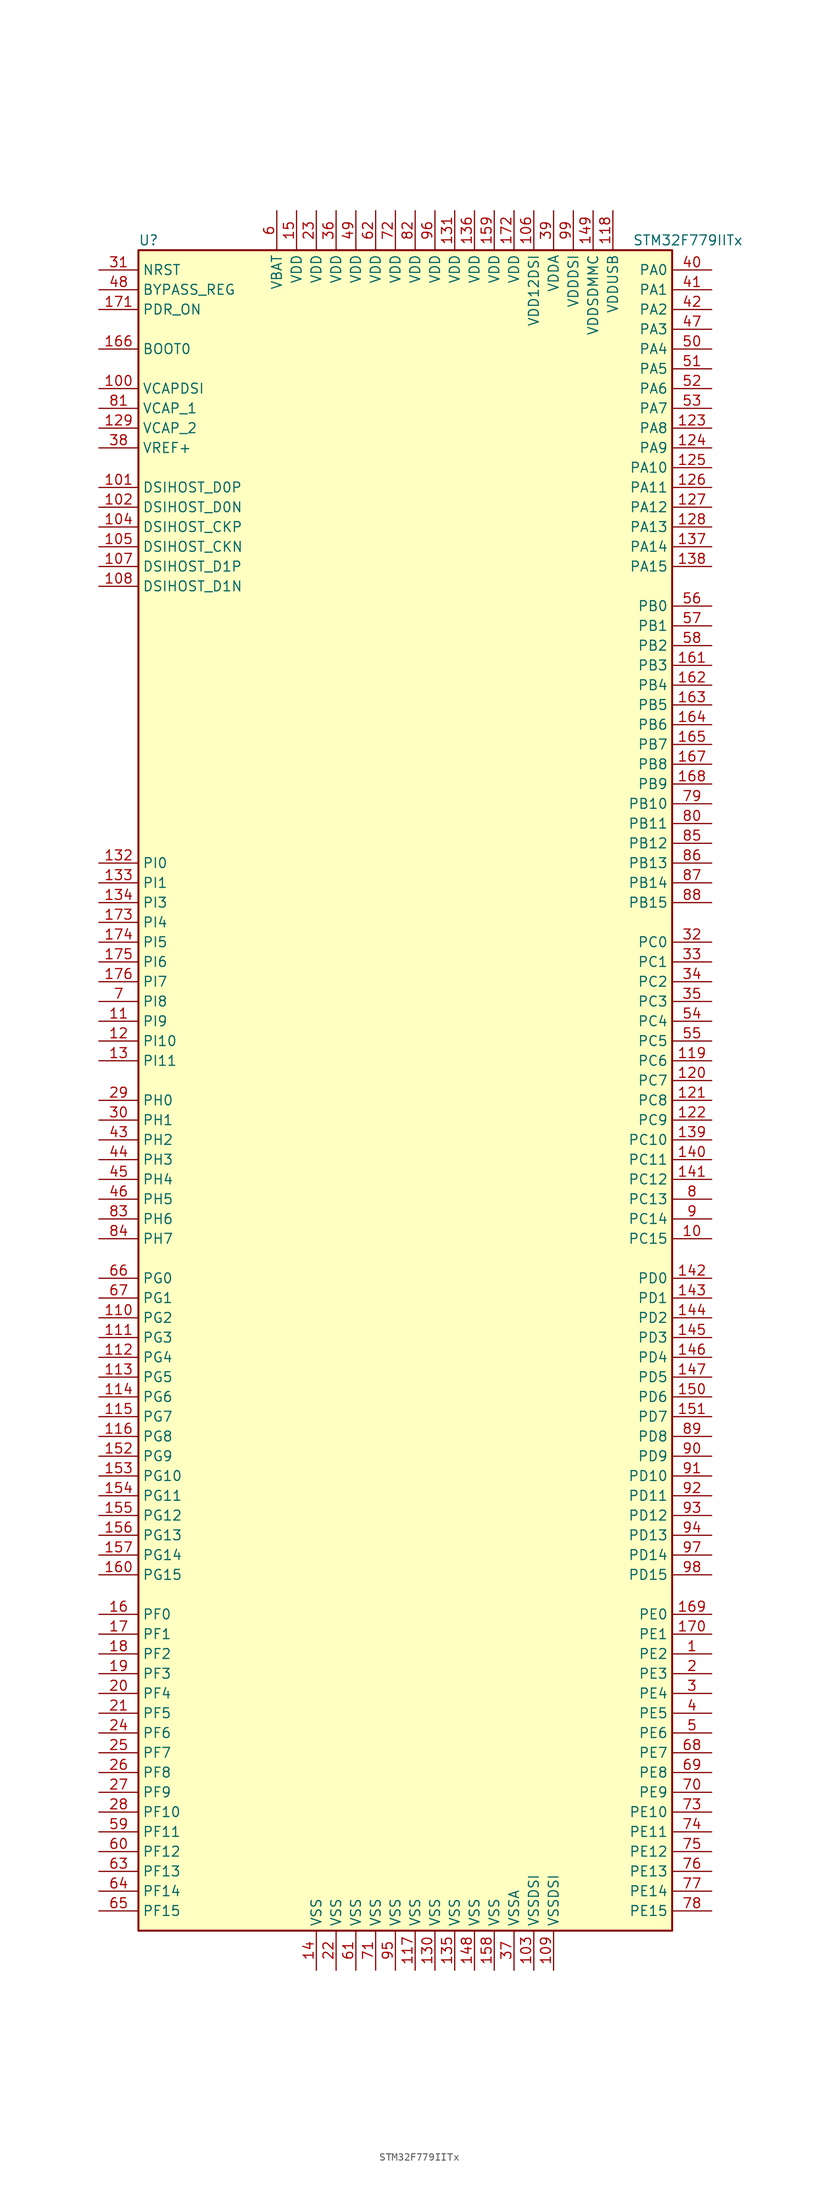
<source format=kicad_sym>
(kicad_symbol_lib
  (version 20211014)
  (generator kicad_symbol_editor)
  (symbol "STM32F779IITx"
    (property "Reference" "U"
      (at -35.56 107.95 0)
      (effects (font (size 1.27 1.27)) (justify left)))
    (property "Value" "STM32F779IITx"
      (at 27.94 107.95 0)
      (effects (font (size 1.27 1.27)) (justify left)))
    (symbol "STM32F779IITx_0_1"
      (rectangle (start -35.56 -109.22) (end 33.02 106.68) (stroke (width 0.254) (type default) (color 0 0 0 0)) (fill (type background))))
    (symbol "STM32F779IITx_1_1"
      (pin bidirectional line (at 38.1 -73.66 180) (length 5.08) (name "PE2" (effects (font (size 1.27 1.27)))) (number "1" (effects (font (size 1.27 1.27)))))
      (pin bidirectional line (at 38.1 -20.32 180) (length 5.08) (name "PC15" (effects (font (size 1.27 1.27)))) (number "10" (effects (font (size 1.27 1.27)))))
      (pin power_in line (at -40.64 88.9 0) (length 5.08) (name "VCAPDSI" (effects (font (size 1.27 1.27)))) (number "100" (effects (font (size 1.27 1.27)))))
      (pin bidirectional line (at -40.64 76.2 0) (length 5.08) (name "DSIHOST_D0P" (effects (font (size 1.27 1.27)))) (number "101" (effects (font (size 1.27 1.27)))))
      (pin bidirectional line (at -40.64 73.66 0) (length 5.08) (name "DSIHOST_D0N" (effects (font (size 1.27 1.27)))) (number "102" (effects (font (size 1.27 1.27)))))
      (pin power_in line (at 15.24 -114.3 90) (length 5.08) (name "VSSDSI" (effects (font (size 1.27 1.27)))) (number "103" (effects (font (size 1.27 1.27)))))
      (pin bidirectional line (at -40.64 71.12 0) (length 5.08) (name "DSIHOST_CKP" (effects (font (size 1.27 1.27)))) (number "104" (effects (font (size 1.27 1.27)))))
      (pin bidirectional line (at -40.64 68.58 0) (length 5.08) (name "DSIHOST_CKN" (effects (font (size 1.27 1.27)))) (number "105" (effects (font (size 1.27 1.27)))))
      (pin power_in line (at 15.24 111.76 270) (length 5.08) (name "VDD12DSI" (effects (font (size 1.27 1.27)))) (number "106" (effects (font (size 1.27 1.27)))))
      (pin bidirectional line (at -40.64 66.04 0) (length 5.08) (name "DSIHOST_D1P" (effects (font (size 1.27 1.27)))) (number "107" (effects (font (size 1.27 1.27)))))
      (pin bidirectional line (at -40.64 63.5 0) (length 5.08) (name "DSIHOST_D1N" (effects (font (size 1.27 1.27)))) (number "108" (effects (font (size 1.27 1.27)))))
      (pin power_in line (at 17.78 -114.3 90) (length 5.08) (name "VSSDSI" (effects (font (size 1.27 1.27)))) (number "109" (effects (font (size 1.27 1.27)))))
      (pin bidirectional line (at -40.64 7.62 0) (length 5.08) (name "PI9" (effects (font (size 1.27 1.27)))) (number "11" (effects (font (size 1.27 1.27)))))
      (pin bidirectional line (at -40.64 -30.48 0) (length 5.08) (name "PG2" (effects (font (size 1.27 1.27)))) (number "110" (effects (font (size 1.27 1.27)))))
      (pin bidirectional line (at -40.64 -33.02 0) (length 5.08) (name "PG3" (effects (font (size 1.27 1.27)))) (number "111" (effects (font (size 1.27 1.27)))))
      (pin bidirectional line (at -40.64 -35.56 0) (length 5.08) (name "PG4" (effects (font (size 1.27 1.27)))) (number "112" (effects (font (size 1.27 1.27)))))
      (pin bidirectional line (at -40.64 -38.1 0) (length 5.08) (name "PG5" (effects (font (size 1.27 1.27)))) (number "113" (effects (font (size 1.27 1.27)))))
      (pin bidirectional line (at -40.64 -40.64 0) (length 5.08) (name "PG6" (effects (font (size 1.27 1.27)))) (number "114" (effects (font (size 1.27 1.27)))))
      (pin bidirectional line (at -40.64 -43.18 0) (length 5.08) (name "PG7" (effects (font (size 1.27 1.27)))) (number "115" (effects (font (size 1.27 1.27)))))
      (pin bidirectional line (at -40.64 -45.72 0) (length 5.08) (name "PG8" (effects (font (size 1.27 1.27)))) (number "116" (effects (font (size 1.27 1.27)))))
      (pin power_in line (at 0 -114.3 90) (length 5.08) (name "VSS" (effects (font (size 1.27 1.27)))) (number "117" (effects (font (size 1.27 1.27)))))
      (pin power_in line (at 25.4 111.76 270) (length 5.08) (name "VDDUSB" (effects (font (size 1.27 1.27)))) (number "118" (effects (font (size 1.27 1.27)))))
      (pin bidirectional line (at 38.1 2.54 180) (length 5.08) (name "PC6" (effects (font (size 1.27 1.27)))) (number "119" (effects (font (size 1.27 1.27)))))
      (pin bidirectional line (at -40.64 5.08 0) (length 5.08) (name "PI10" (effects (font (size 1.27 1.27)))) (number "12" (effects (font (size 1.27 1.27)))))
      (pin bidirectional line (at 38.1 0 180) (length 5.08) (name "PC7" (effects (font (size 1.27 1.27)))) (number "120" (effects (font (size 1.27 1.27)))))
      (pin bidirectional line (at 38.1 -2.54 180) (length 5.08) (name "PC8" (effects (font (size 1.27 1.27)))) (number "121" (effects (font (size 1.27 1.27)))))
      (pin bidirectional line (at 38.1 -5.08 180) (length 5.08) (name "PC9" (effects (font (size 1.27 1.27)))) (number "122" (effects (font (size 1.27 1.27)))))
      (pin bidirectional line (at 38.1 83.82 180) (length 5.08) (name "PA8" (effects (font (size 1.27 1.27)))) (number "123" (effects (font (size 1.27 1.27)))))
      (pin bidirectional line (at 38.1 81.28 180) (length 5.08) (name "PA9" (effects (font (size 1.27 1.27)))) (number "124" (effects (font (size 1.27 1.27)))))
      (pin bidirectional line (at 38.1 78.74 180) (length 5.08) (name "PA10" (effects (font (size 1.27 1.27)))) (number "125" (effects (font (size 1.27 1.27)))))
      (pin bidirectional line (at 38.1 76.2 180) (length 5.08) (name "PA11" (effects (font (size 1.27 1.27)))) (number "126" (effects (font (size 1.27 1.27)))))
      (pin bidirectional line (at 38.1 73.66 180) (length 5.08) (name "PA12" (effects (font (size 1.27 1.27)))) (number "127" (effects (font (size 1.27 1.27)))))
      (pin bidirectional line (at 38.1 71.12 180) (length 5.08) (name "PA13" (effects (font (size 1.27 1.27)))) (number "128" (effects (font (size 1.27 1.27)))))
      (pin power_in line (at -40.64 83.82 0) (length 5.08) (name "VCAP_2" (effects (font (size 1.27 1.27)))) (number "129" (effects (font (size 1.27 1.27)))))
      (pin bidirectional line (at -40.64 2.54 0) (length 5.08) (name "PI11" (effects (font (size 1.27 1.27)))) (number "13" (effects (font (size 1.27 1.27)))))
      (pin power_in line (at 2.54 -114.3 90) (length 5.08) (name "VSS" (effects (font (size 1.27 1.27)))) (number "130" (effects (font (size 1.27 1.27)))))
      (pin power_in line (at 5.08 111.76 270) (length 5.08) (name "VDD" (effects (font (size 1.27 1.27)))) (number "131" (effects (font (size 1.27 1.27)))))
      (pin bidirectional line (at -40.64 27.94 0) (length 5.08) (name "PI0" (effects (font (size 1.27 1.27)))) (number "132" (effects (font (size 1.27 1.27)))))
      (pin bidirectional line (at -40.64 25.4 0) (length 5.08) (name "PI1" (effects (font (size 1.27 1.27)))) (number "133" (effects (font (size 1.27 1.27)))))
      (pin bidirectional line (at -40.64 22.86 0) (length 5.08) (name "PI3" (effects (font (size 1.27 1.27)))) (number "134" (effects (font (size 1.27 1.27)))))
      (pin power_in line (at 5.08 -114.3 90) (length 5.08) (name "VSS" (effects (font (size 1.27 1.27)))) (number "135" (effects (font (size 1.27 1.27)))))
      (pin power_in line (at 7.62 111.76 270) (length 5.08) (name "VDD" (effects (font (size 1.27 1.27)))) (number "136" (effects (font (size 1.27 1.27)))))
      (pin bidirectional line (at 38.1 68.58 180) (length 5.08) (name "PA14" (effects (font (size 1.27 1.27)))) (number "137" (effects (font (size 1.27 1.27)))))
      (pin bidirectional line (at 38.1 66.04 180) (length 5.08) (name "PA15" (effects (font (size 1.27 1.27)))) (number "138" (effects (font (size 1.27 1.27)))))
      (pin bidirectional line (at 38.1 -7.62 180) (length 5.08) (name "PC10" (effects (font (size 1.27 1.27)))) (number "139" (effects (font (size 1.27 1.27)))))
      (pin power_in line (at -12.7 -114.3 90) (length 5.08) (name "VSS" (effects (font (size 1.27 1.27)))) (number "14" (effects (font (size 1.27 1.27)))))
      (pin bidirectional line (at 38.1 -10.16 180) (length 5.08) (name "PC11" (effects (font (size 1.27 1.27)))) (number "140" (effects (font (size 1.27 1.27)))))
      (pin bidirectional line (at 38.1 -12.7 180) (length 5.08) (name "PC12" (effects (font (size 1.27 1.27)))) (number "141" (effects (font (size 1.27 1.27)))))
      (pin bidirectional line (at 38.1 -25.4 180) (length 5.08) (name "PD0" (effects (font (size 1.27 1.27)))) (number "142" (effects (font (size 1.27 1.27)))))
      (pin bidirectional line (at 38.1 -27.94 180) (length 5.08) (name "PD1" (effects (font (size 1.27 1.27)))) (number "143" (effects (font (size 1.27 1.27)))))
      (pin bidirectional line (at 38.1 -30.48 180) (length 5.08) (name "PD2" (effects (font (size 1.27 1.27)))) (number "144" (effects (font (size 1.27 1.27)))))
      (pin bidirectional line (at 38.1 -33.02 180) (length 5.08) (name "PD3" (effects (font (size 1.27 1.27)))) (number "145" (effects (font (size 1.27 1.27)))))
      (pin bidirectional line (at 38.1 -35.56 180) (length 5.08) (name "PD4" (effects (font (size 1.27 1.27)))) (number "146" (effects (font (size 1.27 1.27)))))
      (pin bidirectional line (at 38.1 -38.1 180) (length 5.08) (name "PD5" (effects (font (size 1.27 1.27)))) (number "147" (effects (font (size 1.27 1.27)))))
      (pin power_in line (at 7.62 -114.3 90) (length 5.08) (name "VSS" (effects (font (size 1.27 1.27)))) (number "148" (effects (font (size 1.27 1.27)))))
      (pin power_in line (at 22.86 111.76 270) (length 5.08) (name "VDDSDMMC" (effects (font (size 1.27 1.27)))) (number "149" (effects (font (size 1.27 1.27)))))
      (pin power_in line (at -15.24 111.76 270) (length 5.08) (name "VDD" (effects (font (size 1.27 1.27)))) (number "15" (effects (font (size 1.27 1.27)))))
      (pin bidirectional line (at 38.1 -40.64 180) (length 5.08) (name "PD6" (effects (font (size 1.27 1.27)))) (number "150" (effects (font (size 1.27 1.27)))))
      (pin bidirectional line (at 38.1 -43.18 180) (length 5.08) (name "PD7" (effects (font (size 1.27 1.27)))) (number "151" (effects (font (size 1.27 1.27)))))
      (pin bidirectional line (at -40.64 -48.26 0) (length 5.08) (name "PG9" (effects (font (size 1.27 1.27)))) (number "152" (effects (font (size 1.27 1.27)))))
      (pin bidirectional line (at -40.64 -50.8 0) (length 5.08) (name "PG10" (effects (font (size 1.27 1.27)))) (number "153" (effects (font (size 1.27 1.27)))))
      (pin bidirectional line (at -40.64 -53.34 0) (length 5.08) (name "PG11" (effects (font (size 1.27 1.27)))) (number "154" (effects (font (size 1.27 1.27)))))
      (pin bidirectional line (at -40.64 -55.88 0) (length 5.08) (name "PG12" (effects (font (size 1.27 1.27)))) (number "155" (effects (font (size 1.27 1.27)))))
      (pin bidirectional line (at -40.64 -58.42 0) (length 5.08) (name "PG13" (effects (font (size 1.27 1.27)))) (number "156" (effects (font (size 1.27 1.27)))))
      (pin bidirectional line (at -40.64 -60.96 0) (length 5.08) (name "PG14" (effects (font (size 1.27 1.27)))) (number "157" (effects (font (size 1.27 1.27)))))
      (pin power_in line (at 10.16 -114.3 90) (length 5.08) (name "VSS" (effects (font (size 1.27 1.27)))) (number "158" (effects (font (size 1.27 1.27)))))
      (pin power_in line (at 10.16 111.76 270) (length 5.08) (name "VDD" (effects (font (size 1.27 1.27)))) (number "159" (effects (font (size 1.27 1.27)))))
      (pin bidirectional line (at -40.64 -68.58 0) (length 5.08) (name "PF0" (effects (font (size 1.27 1.27)))) (number "16" (effects (font (size 1.27 1.27)))))
      (pin bidirectional line (at -40.64 -63.5 0) (length 5.08) (name "PG15" (effects (font (size 1.27 1.27)))) (number "160" (effects (font (size 1.27 1.27)))))
      (pin bidirectional line (at 38.1 53.34 180) (length 5.08) (name "PB3" (effects (font (size 1.27 1.27)))) (number "161" (effects (font (size 1.27 1.27)))))
      (pin bidirectional line (at 38.1 50.8 180) (length 5.08) (name "PB4" (effects (font (size 1.27 1.27)))) (number "162" (effects (font (size 1.27 1.27)))))
      (pin bidirectional line (at 38.1 48.26 180) (length 5.08) (name "PB5" (effects (font (size 1.27 1.27)))) (number "163" (effects (font (size 1.27 1.27)))))
      (pin bidirectional line (at 38.1 45.72 180) (length 5.08) (name "PB6" (effects (font (size 1.27 1.27)))) (number "164" (effects (font (size 1.27 1.27)))))
      (pin bidirectional line (at 38.1 43.18 180) (length 5.08) (name "PB7" (effects (font (size 1.27 1.27)))) (number "165" (effects (font (size 1.27 1.27)))))
      (pin input line (at -40.64 93.98 0) (length 5.08) (name "BOOT0" (effects (font (size 1.27 1.27)))) (number "166" (effects (font (size 1.27 1.27)))))
      (pin bidirectional line (at 38.1 40.64 180) (length 5.08) (name "PB8" (effects (font (size 1.27 1.27)))) (number "167" (effects (font (size 1.27 1.27)))))
      (pin bidirectional line (at 38.1 38.1 180) (length 5.08) (name "PB9" (effects (font (size 1.27 1.27)))) (number "168" (effects (font (size 1.27 1.27)))))
      (pin bidirectional line (at 38.1 -68.58 180) (length 5.08) (name "PE0" (effects (font (size 1.27 1.27)))) (number "169" (effects (font (size 1.27 1.27)))))
      (pin bidirectional line (at -40.64 -71.12 0) (length 5.08) (name "PF1" (effects (font (size 1.27 1.27)))) (number "17" (effects (font (size 1.27 1.27)))))
      (pin bidirectional line (at 38.1 -71.12 180) (length 5.08) (name "PE1" (effects (font (size 1.27 1.27)))) (number "170" (effects (font (size 1.27 1.27)))))
      (pin input line (at -40.64 99.06 0) (length 5.08) (name "PDR_ON" (effects (font (size 1.27 1.27)))) (number "171" (effects (font (size 1.27 1.27)))))
      (pin power_in line (at 12.7 111.76 270) (length 5.08) (name "VDD" (effects (font (size 1.27 1.27)))) (number "172" (effects (font (size 1.27 1.27)))))
      (pin bidirectional line (at -40.64 20.32 0) (length 5.08) (name "PI4" (effects (font (size 1.27 1.27)))) (number "173" (effects (font (size 1.27 1.27)))))
      (pin bidirectional line (at -40.64 17.78 0) (length 5.08) (name "PI5" (effects (font (size 1.27 1.27)))) (number "174" (effects (font (size 1.27 1.27)))))
      (pin bidirectional line (at -40.64 15.24 0) (length 5.08) (name "PI6" (effects (font (size 1.27 1.27)))) (number "175" (effects (font (size 1.27 1.27)))))
      (pin bidirectional line (at -40.64 12.7 0) (length 5.08) (name "PI7" (effects (font (size 1.27 1.27)))) (number "176" (effects (font (size 1.27 1.27)))))
      (pin bidirectional line (at -40.64 -73.66 0) (length 5.08) (name "PF2" (effects (font (size 1.27 1.27)))) (number "18" (effects (font (size 1.27 1.27)))))
      (pin bidirectional line (at -40.64 -76.2 0) (length 5.08) (name "PF3" (effects (font (size 1.27 1.27)))) (number "19" (effects (font (size 1.27 1.27)))))
      (pin bidirectional line (at 38.1 -76.2 180) (length 5.08) (name "PE3" (effects (font (size 1.27 1.27)))) (number "2" (effects (font (size 1.27 1.27)))))
      (pin bidirectional line (at -40.64 -78.74 0) (length 5.08) (name "PF4" (effects (font (size 1.27 1.27)))) (number "20" (effects (font (size 1.27 1.27)))))
      (pin bidirectional line (at -40.64 -81.28 0) (length 5.08) (name "PF5" (effects (font (size 1.27 1.27)))) (number "21" (effects (font (size 1.27 1.27)))))
      (pin power_in line (at -10.16 -114.3 90) (length 5.08) (name "VSS" (effects (font (size 1.27 1.27)))) (number "22" (effects (font (size 1.27 1.27)))))
      (pin power_in line (at -12.7 111.76 270) (length 5.08) (name "VDD" (effects (font (size 1.27 1.27)))) (number "23" (effects (font (size 1.27 1.27)))))
      (pin bidirectional line (at -40.64 -83.82 0) (length 5.08) (name "PF6" (effects (font (size 1.27 1.27)))) (number "24" (effects (font (size 1.27 1.27)))))
      (pin bidirectional line (at -40.64 -86.36 0) (length 5.08) (name "PF7" (effects (font (size 1.27 1.27)))) (number "25" (effects (font (size 1.27 1.27)))))
      (pin bidirectional line (at -40.64 -88.9 0) (length 5.08) (name "PF8" (effects (font (size 1.27 1.27)))) (number "26" (effects (font (size 1.27 1.27)))))
      (pin bidirectional line (at -40.64 -91.44 0) (length 5.08) (name "PF9" (effects (font (size 1.27 1.27)))) (number "27" (effects (font (size 1.27 1.27)))))
      (pin bidirectional line (at -40.64 -93.98 0) (length 5.08) (name "PF10" (effects (font (size 1.27 1.27)))) (number "28" (effects (font (size 1.27 1.27)))))
      (pin input line (at -40.64 -2.54 0) (length 5.08) (name "PH0" (effects (font (size 1.27 1.27)))) (number "29" (effects (font (size 1.27 1.27)))))
      (pin bidirectional line (at 38.1 -78.74 180) (length 5.08) (name "PE4" (effects (font (size 1.27 1.27)))) (number "3" (effects (font (size 1.27 1.27)))))
      (pin input line (at -40.64 -5.08 0) (length 5.08) (name "PH1" (effects (font (size 1.27 1.27)))) (number "30" (effects (font (size 1.27 1.27)))))
      (pin input line (at -40.64 104.14 0) (length 5.08) (name "NRST" (effects (font (size 1.27 1.27)))) (number "31" (effects (font (size 1.27 1.27)))))
      (pin bidirectional line (at 38.1 17.78 180) (length 5.08) (name "PC0" (effects (font (size 1.27 1.27)))) (number "32" (effects (font (size 1.27 1.27)))))
      (pin bidirectional line (at 38.1 15.24 180) (length 5.08) (name "PC1" (effects (font (size 1.27 1.27)))) (number "33" (effects (font (size 1.27 1.27)))))
      (pin bidirectional line (at 38.1 12.7 180) (length 5.08) (name "PC2" (effects (font (size 1.27 1.27)))) (number "34" (effects (font (size 1.27 1.27)))))
      (pin bidirectional line (at 38.1 10.16 180) (length 5.08) (name "PC3" (effects (font (size 1.27 1.27)))) (number "35" (effects (font (size 1.27 1.27)))))
      (pin power_in line (at -10.16 111.76 270) (length 5.08) (name "VDD" (effects (font (size 1.27 1.27)))) (number "36" (effects (font (size 1.27 1.27)))))
      (pin power_in line (at 12.7 -114.3 90) (length 5.08) (name "VSSA" (effects (font (size 1.27 1.27)))) (number "37" (effects (font (size 1.27 1.27)))))
      (pin power_in line (at -40.64 81.28 0) (length 5.08) (name "VREF+" (effects (font (size 1.27 1.27)))) (number "38" (effects (font (size 1.27 1.27)))))
      (pin power_in line (at 17.78 111.76 270) (length 5.08) (name "VDDA" (effects (font (size 1.27 1.27)))) (number "39" (effects (font (size 1.27 1.27)))))
      (pin bidirectional line (at 38.1 -81.28 180) (length 5.08) (name "PE5" (effects (font (size 1.27 1.27)))) (number "4" (effects (font (size 1.27 1.27)))))
      (pin bidirectional line (at 38.1 104.14 180) (length 5.08) (name "PA0" (effects (font (size 1.27 1.27)))) (number "40" (effects (font (size 1.27 1.27)))))
      (pin bidirectional line (at 38.1 101.6 180) (length 5.08) (name "PA1" (effects (font (size 1.27 1.27)))) (number "41" (effects (font (size 1.27 1.27)))))
      (pin bidirectional line (at 38.1 99.06 180) (length 5.08) (name "PA2" (effects (font (size 1.27 1.27)))) (number "42" (effects (font (size 1.27 1.27)))))
      (pin bidirectional line (at -40.64 -7.62 0) (length 5.08) (name "PH2" (effects (font (size 1.27 1.27)))) (number "43" (effects (font (size 1.27 1.27)))))
      (pin bidirectional line (at -40.64 -10.16 0) (length 5.08) (name "PH3" (effects (font (size 1.27 1.27)))) (number "44" (effects (font (size 1.27 1.27)))))
      (pin bidirectional line (at -40.64 -12.7 0) (length 5.08) (name "PH4" (effects (font (size 1.27 1.27)))) (number "45" (effects (font (size 1.27 1.27)))))
      (pin bidirectional line (at -40.64 -15.24 0) (length 5.08) (name "PH5" (effects (font (size 1.27 1.27)))) (number "46" (effects (font (size 1.27 1.27)))))
      (pin bidirectional line (at 38.1 96.52 180) (length 5.08) (name "PA3" (effects (font (size 1.27 1.27)))) (number "47" (effects (font (size 1.27 1.27)))))
      (pin input line (at -40.64 101.6 0) (length 5.08) (name "BYPASS_REG" (effects (font (size 1.27 1.27)))) (number "48" (effects (font (size 1.27 1.27)))))
      (pin power_in line (at -7.62 111.76 270) (length 5.08) (name "VDD" (effects (font (size 1.27 1.27)))) (number "49" (effects (font (size 1.27 1.27)))))
      (pin bidirectional line (at 38.1 -83.82 180) (length 5.08) (name "PE6" (effects (font (size 1.27 1.27)))) (number "5" (effects (font (size 1.27 1.27)))))
      (pin bidirectional line (at 38.1 93.98 180) (length 5.08) (name "PA4" (effects (font (size 1.27 1.27)))) (number "50" (effects (font (size 1.27 1.27)))))
      (pin bidirectional line (at 38.1 91.44 180) (length 5.08) (name "PA5" (effects (font (size 1.27 1.27)))) (number "51" (effects (font (size 1.27 1.27)))))
      (pin bidirectional line (at 38.1 88.9 180) (length 5.08) (name "PA6" (effects (font (size 1.27 1.27)))) (number "52" (effects (font (size 1.27 1.27)))))
      (pin bidirectional line (at 38.1 86.36 180) (length 5.08) (name "PA7" (effects (font (size 1.27 1.27)))) (number "53" (effects (font (size 1.27 1.27)))))
      (pin bidirectional line (at 38.1 7.62 180) (length 5.08) (name "PC4" (effects (font (size 1.27 1.27)))) (number "54" (effects (font (size 1.27 1.27)))))
      (pin bidirectional line (at 38.1 5.08 180) (length 5.08) (name "PC5" (effects (font (size 1.27 1.27)))) (number "55" (effects (font (size 1.27 1.27)))))
      (pin bidirectional line (at 38.1 60.96 180) (length 5.08) (name "PB0" (effects (font (size 1.27 1.27)))) (number "56" (effects (font (size 1.27 1.27)))))
      (pin bidirectional line (at 38.1 58.42 180) (length 5.08) (name "PB1" (effects (font (size 1.27 1.27)))) (number "57" (effects (font (size 1.27 1.27)))))
      (pin bidirectional line (at 38.1 55.88 180) (length 5.08) (name "PB2" (effects (font (size 1.27 1.27)))) (number "58" (effects (font (size 1.27 1.27)))))
      (pin bidirectional line (at -40.64 -96.52 0) (length 5.08) (name "PF11" (effects (font (size 1.27 1.27)))) (number "59" (effects (font (size 1.27 1.27)))))
      (pin power_in line (at -17.78 111.76 270) (length 5.08) (name "VBAT" (effects (font (size 1.27 1.27)))) (number "6" (effects (font (size 1.27 1.27)))))
      (pin bidirectional line (at -40.64 -99.06 0) (length 5.08) (name "PF12" (effects (font (size 1.27 1.27)))) (number "60" (effects (font (size 1.27 1.27)))))
      (pin power_in line (at -7.62 -114.3 90) (length 5.08) (name "VSS" (effects (font (size 1.27 1.27)))) (number "61" (effects (font (size 1.27 1.27)))))
      (pin power_in line (at -5.08 111.76 270) (length 5.08) (name "VDD" (effects (font (size 1.27 1.27)))) (number "62" (effects (font (size 1.27 1.27)))))
      (pin bidirectional line (at -40.64 -101.6 0) (length 5.08) (name "PF13" (effects (font (size 1.27 1.27)))) (number "63" (effects (font (size 1.27 1.27)))))
      (pin bidirectional line (at -40.64 -104.14 0) (length 5.08) (name "PF14" (effects (font (size 1.27 1.27)))) (number "64" (effects (font (size 1.27 1.27)))))
      (pin bidirectional line (at -40.64 -106.68 0) (length 5.08) (name "PF15" (effects (font (size 1.27 1.27)))) (number "65" (effects (font (size 1.27 1.27)))))
      (pin bidirectional line (at -40.64 -25.4 0) (length 5.08) (name "PG0" (effects (font (size 1.27 1.27)))) (number "66" (effects (font (size 1.27 1.27)))))
      (pin bidirectional line (at -40.64 -27.94 0) (length 5.08) (name "PG1" (effects (font (size 1.27 1.27)))) (number "67" (effects (font (size 1.27 1.27)))))
      (pin bidirectional line (at 38.1 -86.36 180) (length 5.08) (name "PE7" (effects (font (size 1.27 1.27)))) (number "68" (effects (font (size 1.27 1.27)))))
      (pin bidirectional line (at 38.1 -88.9 180) (length 5.08) (name "PE8" (effects (font (size 1.27 1.27)))) (number "69" (effects (font (size 1.27 1.27)))))
      (pin bidirectional line (at -40.64 10.16 0) (length 5.08) (name "PI8" (effects (font (size 1.27 1.27)))) (number "7" (effects (font (size 1.27 1.27)))))
      (pin bidirectional line (at 38.1 -91.44 180) (length 5.08) (name "PE9" (effects (font (size 1.27 1.27)))) (number "70" (effects (font (size 1.27 1.27)))))
      (pin power_in line (at -5.08 -114.3 90) (length 5.08) (name "VSS" (effects (font (size 1.27 1.27)))) (number "71" (effects (font (size 1.27 1.27)))))
      (pin power_in line (at -2.54 111.76 270) (length 5.08) (name "VDD" (effects (font (size 1.27 1.27)))) (number "72" (effects (font (size 1.27 1.27)))))
      (pin bidirectional line (at 38.1 -93.98 180) (length 5.08) (name "PE10" (effects (font (size 1.27 1.27)))) (number "73" (effects (font (size 1.27 1.27)))))
      (pin bidirectional line (at 38.1 -96.52 180) (length 5.08) (name "PE11" (effects (font (size 1.27 1.27)))) (number "74" (effects (font (size 1.27 1.27)))))
      (pin bidirectional line (at 38.1 -99.06 180) (length 5.08) (name "PE12" (effects (font (size 1.27 1.27)))) (number "75" (effects (font (size 1.27 1.27)))))
      (pin bidirectional line (at 38.1 -101.6 180) (length 5.08) (name "PE13" (effects (font (size 1.27 1.27)))) (number "76" (effects (font (size 1.27 1.27)))))
      (pin bidirectional line (at 38.1 -104.14 180) (length 5.08) (name "PE14" (effects (font (size 1.27 1.27)))) (number "77" (effects (font (size 1.27 1.27)))))
      (pin bidirectional line (at 38.1 -106.68 180) (length 5.08) (name "PE15" (effects (font (size 1.27 1.27)))) (number "78" (effects (font (size 1.27 1.27)))))
      (pin bidirectional line (at 38.1 35.56 180) (length 5.08) (name "PB10" (effects (font (size 1.27 1.27)))) (number "79" (effects (font (size 1.27 1.27)))))
      (pin bidirectional line (at 38.1 -15.24 180) (length 5.08) (name "PC13" (effects (font (size 1.27 1.27)))) (number "8" (effects (font (size 1.27 1.27)))))
      (pin bidirectional line (at 38.1 33.02 180) (length 5.08) (name "PB11" (effects (font (size 1.27 1.27)))) (number "80" (effects (font (size 1.27 1.27)))))
      (pin power_in line (at -40.64 86.36 0) (length 5.08) (name "VCAP_1" (effects (font (size 1.27 1.27)))) (number "81" (effects (font (size 1.27 1.27)))))
      (pin power_in line (at 0 111.76 270) (length 5.08) (name "VDD" (effects (font (size 1.27 1.27)))) (number "82" (effects (font (size 1.27 1.27)))))
      (pin bidirectional line (at -40.64 -17.78 0) (length 5.08) (name "PH6" (effects (font (size 1.27 1.27)))) (number "83" (effects (font (size 1.27 1.27)))))
      (pin bidirectional line (at -40.64 -20.32 0) (length 5.08) (name "PH7" (effects (font (size 1.27 1.27)))) (number "84" (effects (font (size 1.27 1.27)))))
      (pin bidirectional line (at 38.1 30.48 180) (length 5.08) (name "PB12" (effects (font (size 1.27 1.27)))) (number "85" (effects (font (size 1.27 1.27)))))
      (pin bidirectional line (at 38.1 27.94 180) (length 5.08) (name "PB13" (effects (font (size 1.27 1.27)))) (number "86" (effects (font (size 1.27 1.27)))))
      (pin bidirectional line (at 38.1 25.4 180) (length 5.08) (name "PB14" (effects (font (size 1.27 1.27)))) (number "87" (effects (font (size 1.27 1.27)))))
      (pin bidirectional line (at 38.1 22.86 180) (length 5.08) (name "PB15" (effects (font (size 1.27 1.27)))) (number "88" (effects (font (size 1.27 1.27)))))
      (pin bidirectional line (at 38.1 -45.72 180) (length 5.08) (name "PD8" (effects (font (size 1.27 1.27)))) (number "89" (effects (font (size 1.27 1.27)))))
      (pin bidirectional line (at 38.1 -17.78 180) (length 5.08) (name "PC14" (effects (font (size 1.27 1.27)))) (number "9" (effects (font (size 1.27 1.27)))))
      (pin bidirectional line (at 38.1 -48.26 180) (length 5.08) (name "PD9" (effects (font (size 1.27 1.27)))) (number "90" (effects (font (size 1.27 1.27)))))
      (pin bidirectional line (at 38.1 -50.8 180) (length 5.08) (name "PD10" (effects (font (size 1.27 1.27)))) (number "91" (effects (font (size 1.27 1.27)))))
      (pin bidirectional line (at 38.1 -53.34 180) (length 5.08) (name "PD11" (effects (font (size 1.27 1.27)))) (number "92" (effects (font (size 1.27 1.27)))))
      (pin bidirectional line (at 38.1 -55.88 180) (length 5.08) (name "PD12" (effects (font (size 1.27 1.27)))) (number "93" (effects (font (size 1.27 1.27)))))
      (pin bidirectional line (at 38.1 -58.42 180) (length 5.08) (name "PD13" (effects (font (size 1.27 1.27)))) (number "94" (effects (font (size 1.27 1.27)))))
      (pin power_in line (at -2.54 -114.3 90) (length 5.08) (name "VSS" (effects (font (size 1.27 1.27)))) (number "95" (effects (font (size 1.27 1.27)))))
      (pin power_in line (at 2.54 111.76 270) (length 5.08) (name "VDD" (effects (font (size 1.27 1.27)))) (number "96" (effects (font (size 1.27 1.27)))))
      (pin bidirectional line (at 38.1 -60.96 180) (length 5.08) (name "PD14" (effects (font (size 1.27 1.27)))) (number "97" (effects (font (size 1.27 1.27)))))
      (pin bidirectional line (at 38.1 -63.5 180) (length 5.08) (name "PD15" (effects (font (size 1.27 1.27)))) (number "98" (effects (font (size 1.27 1.27)))))
      (pin power_in line (at 20.32 111.76 270) (length 5.08) (name "VDDDSI" (effects (font (size 1.27 1.27)))) (number "99" (effects (font (size 1.27 1.27))))))))
</source>
